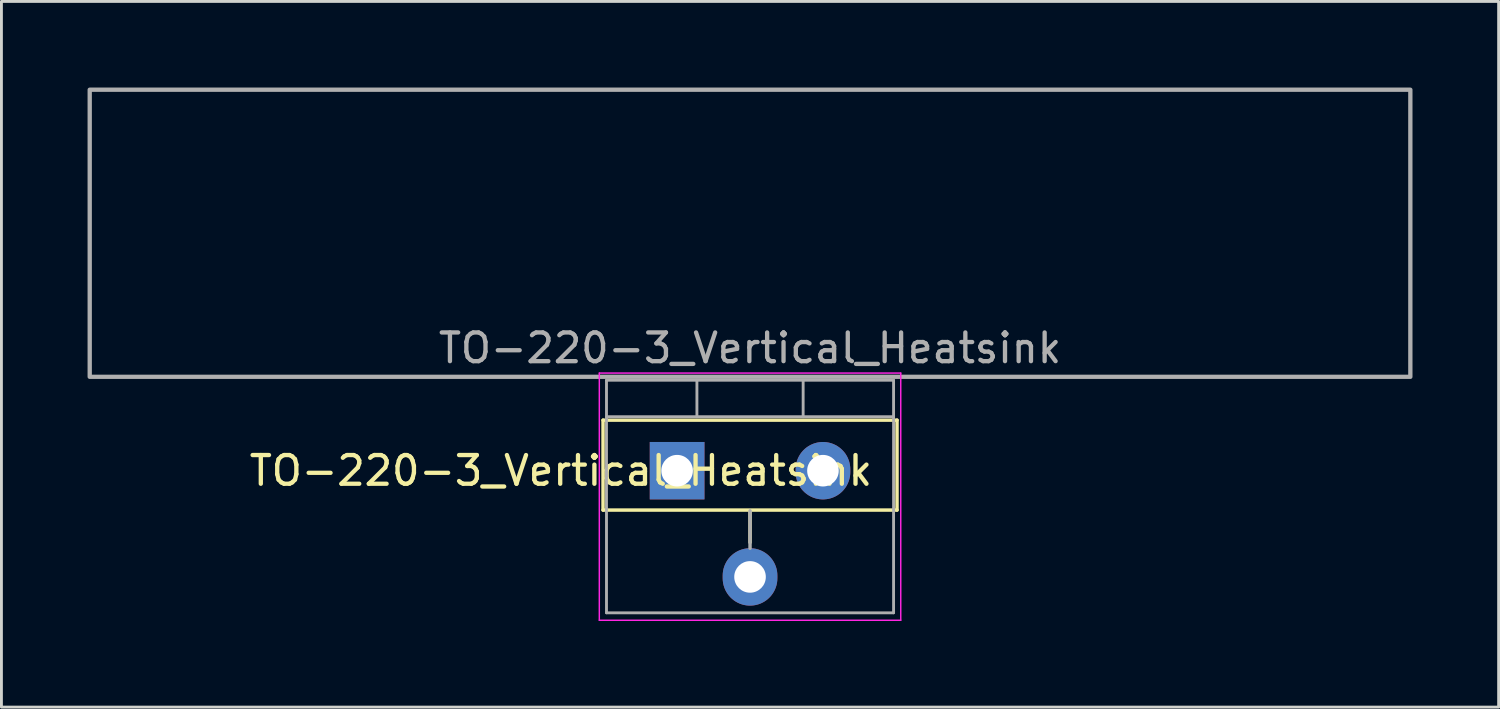
<source format=kicad_pcb>
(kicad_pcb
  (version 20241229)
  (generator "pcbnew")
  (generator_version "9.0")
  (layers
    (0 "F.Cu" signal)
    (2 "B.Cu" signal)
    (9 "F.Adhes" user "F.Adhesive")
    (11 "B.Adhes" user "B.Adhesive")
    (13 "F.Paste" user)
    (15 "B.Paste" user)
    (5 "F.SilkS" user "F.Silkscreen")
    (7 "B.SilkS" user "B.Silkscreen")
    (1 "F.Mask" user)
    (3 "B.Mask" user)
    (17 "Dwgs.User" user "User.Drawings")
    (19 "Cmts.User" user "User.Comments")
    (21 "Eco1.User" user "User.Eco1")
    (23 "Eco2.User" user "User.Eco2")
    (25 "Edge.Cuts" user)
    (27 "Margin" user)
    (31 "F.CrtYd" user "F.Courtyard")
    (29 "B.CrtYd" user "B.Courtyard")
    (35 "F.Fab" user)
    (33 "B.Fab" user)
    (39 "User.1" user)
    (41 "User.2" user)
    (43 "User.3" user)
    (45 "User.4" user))
  (footprint "TO-220-3_Vertical_Heatsink"
    (layer "F.Cu")
    (at 20.535 13.345)
    (property "Reference" "TO-220-3_Vertical_Heatsink" (at -4.048 0 0) (layer "F.SilkS") (effects (font (size 1 1) (thickness 0.15))))
    (attr through_hole)
    (fp_line (start -2.58 -1.76) (end -2.58 1.371) (stroke (width 0.12) (type solid)) (layer "F.SilkS"))
    (fp_line (start -2.58 -1.76) (end 7.66 -1.76) (stroke (width 0.12) (type solid)) (layer "F.SilkS"))
    (fp_line (start -2.58 1.371) (end 7.66 1.371) (stroke (width 0.12) (type solid)) (layer "F.SilkS"))
    (fp_line (start 2.54 2.5) (end 2.54 1.4) (stroke (width 0.12) (type solid)) (layer "F.SilkS"))
    (fp_line (start 7.66 -1.76) (end 7.66 1.371) (stroke (width 0.12) (type solid)) (layer "F.SilkS"))
    (fp_line (start -2.71 -3.4) (end -2.71 5.21) (stroke (width 0.05) (type solid)) (layer "F.CrtYd"))
    (fp_line (start -2.71 5.21) (end 7.79 5.21) (stroke (width 0.05) (type solid)) (layer "F.CrtYd"))
    (fp_line (start 7.79 -3.4) (end -2.71 -3.4) (stroke (width 0.05) (type solid)) (layer "F.CrtYd"))
    (fp_line (start 7.79 5.21) (end 7.79 -3.4) (stroke (width 0.05) (type solid)) (layer "F.CrtYd"))
    (fp_line (start -2.46 -3.15) (end -2.46 4.95) (stroke (width 0.1) (type solid)) (layer "F.Fab"))
    (fp_line (start -2.46 -1.88) (end 7.54 -1.88) (stroke (width 0.1) (type solid)) (layer "F.Fab"))
    (fp_line (start -2.46 4.95) (end 7.54 4.95) (stroke (width 0.1) (type solid)) (layer "F.Fab"))
    (fp_line (start 0.69 -3.15) (end 0.69 -1.88) (stroke (width 0.1) (type solid)) (layer "F.Fab"))
    (fp_line (start 2.54 2.7) (end 2.54 1.4) (stroke (width 0.12) (type solid)) (layer "F.Fab"))
    (fp_line (start 4.39 -3.15) (end 4.39 -1.88) (stroke (width 0.1) (type solid)) (layer "F.Fab"))
    (fp_line (start 7.54 -3.15) (end -2.46 -3.15) (stroke (width 0.1) (type solid)) (layer "F.Fab"))
    (fp_line (start 7.54 4.95) (end 7.54 -3.15) (stroke (width 0.1) (type solid)) (layer "F.Fab"))
    (fp_rect (start -20.46 -13.27) (end 25.54 -3.27) (stroke (width 0.15) (type solid)) (fill no) (layer "F.Fab"))
    (fp_text user "${REFERENCE}" (at 2.54 -4.27 0) (layer "F.Fab") (effects (font (size 1 1) (thickness 0.15))))
    (pad "1" thru_hole rect (at 0 0) (size 1.905 2) (drill 1.1) (layers "*.Cu" "*.Mask"))
    (pad "2" thru_hole oval (at 2.54 3.7) (size 1.905 2) (drill 1.1) (layers "*.Cu" "*.Mask"))
    (pad "3" thru_hole oval (at 5.08 0) (size 1.905 2) (drill 1.1) (layers "*.Cu" "*.Mask")))
  (gr_rect
    (start -3 -3)
    (end 49.15 21.58)
    (stroke (width 0.1) (type default))
    (fill no)
    (layer "Edge.Cuts")))
</source>
